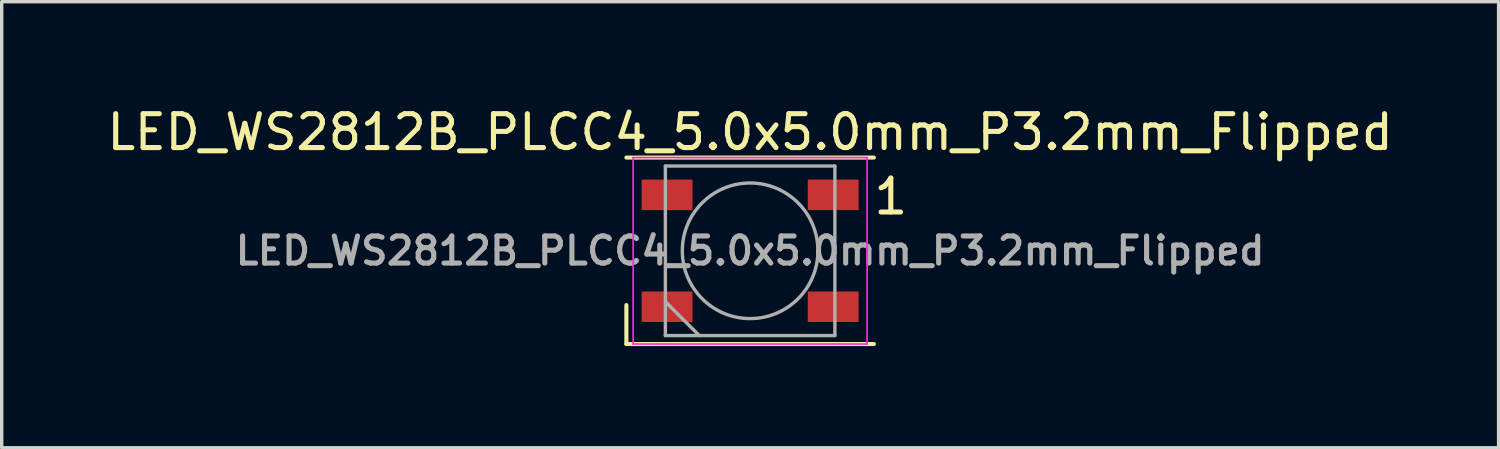
<source format=kicad_pcb>
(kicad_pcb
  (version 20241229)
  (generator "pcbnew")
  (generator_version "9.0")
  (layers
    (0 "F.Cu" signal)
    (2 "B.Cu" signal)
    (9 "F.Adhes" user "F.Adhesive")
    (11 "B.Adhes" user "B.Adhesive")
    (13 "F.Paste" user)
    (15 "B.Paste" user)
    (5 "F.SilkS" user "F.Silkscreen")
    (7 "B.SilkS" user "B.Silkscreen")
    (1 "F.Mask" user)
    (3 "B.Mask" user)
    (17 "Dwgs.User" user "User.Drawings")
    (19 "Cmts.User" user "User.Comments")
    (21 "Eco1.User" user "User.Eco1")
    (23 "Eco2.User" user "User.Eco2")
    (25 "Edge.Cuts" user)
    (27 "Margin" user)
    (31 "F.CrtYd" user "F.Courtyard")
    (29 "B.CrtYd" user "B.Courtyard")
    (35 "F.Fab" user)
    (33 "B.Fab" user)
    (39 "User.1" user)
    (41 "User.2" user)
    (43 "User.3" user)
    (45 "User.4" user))
  (footprint "LED_WS2812B_PLCC4_5.0x5.0mm_P3.2mm_Flipped"
    (layer "F.Cu")
    (at 19.077 4.348)
    (property "Reference" "LED_WS2812B_PLCC4_5.0x5.0mm_P3.2mm_Flipped" (at 0 -3.5 0) (layer "F.SilkS") (effects (font (size 1 1) (thickness 0.15))))
    (attr smd)
    (fp_circle (center 0 0) (end 2 0) (stroke (width 0.1) (type solid)) (fill yes) (layer "F.Mask"))
    (fp_line (start -3.65 2.75) (end -3.65 1.6) (stroke (width 0.12) (type solid)) (layer "F.SilkS"))
    (fp_line (start 3.65 -2.75) (end -3.65 -2.75) (stroke (width 0.12) (type solid)) (layer "F.SilkS"))
    (fp_line (start 3.65 2.75) (end -3.65 2.75) (stroke (width 0.12) (type solid)) (layer "F.SilkS"))
    (fp_line (start -3.45 -2.75) (end 3.45 -2.75) (stroke (width 0.05) (type solid)) (layer "F.CrtYd"))
    (fp_line (start -3.45 2.75) (end -3.45 -2.75) (stroke (width 0.05) (type solid)) (layer "F.CrtYd"))
    (fp_line (start 3.45 -2.75) (end 3.45 2.75) (stroke (width 0.05) (type solid)) (layer "F.CrtYd"))
    (fp_line (start 3.45 2.75) (end -3.45 2.75) (stroke (width 0.05) (type solid)) (layer "F.CrtYd"))
    (fp_line (start -2.5 -2.5) (end 2.5 -2.5) (stroke (width 0.1) (type solid)) (layer "F.Fab"))
    (fp_line (start -2.5 1.5) (end -1.5 2.5) (stroke (width 0.1) (type solid)) (layer "F.Fab"))
    (fp_line (start -2.5 2.5) (end -2.5 -2.5) (stroke (width 0.1) (type solid)) (layer "F.Fab"))
    (fp_line (start 2.5 -2.5) (end 2.5 2.5) (stroke (width 0.1) (type solid)) (layer "F.Fab"))
    (fp_line (start 2.5 2.5) (end -2.5 2.5) (stroke (width 0.1) (type solid)) (layer "F.Fab"))
    (fp_circle (center 0 0) (end 0 -2) (stroke (width 0.1) (type solid)) (fill no) (layer "F.Fab"))
    (fp_text user "1" (at 4.15 -1.6 0) (layer "F.SilkS") (effects (font (size 1 1) (thickness 0.15))))
    (fp_text user "${REFERENCE}" (at 0 0 0) (layer "F.Fab") (effects (font (size 0.8 0.8) (thickness 0.15))))
    (pad "1" smd rect (at 2.45 -1.65) (size 1.5 0.9) (layers "F.Cu" "F.Mask" "F.Paste"))
    (pad "2" smd rect (at 2.45 1.65) (size 1.5 0.9) (layers "F.Cu" "F.Mask" "F.Paste"))
    (pad "3" smd rect (at -2.45 1.65) (size 1.5 0.9) (layers "F.Cu" "F.Mask" "F.Paste"))
    (pad "4" smd rect (at -2.45 -1.65) (size 1.5 0.9) (layers "F.Cu" "F.Mask" "F.Paste"))
    (zone (net_name "") (layer "F.Cu") (hatch edge 0.5) (connect_pads) (min_thickness 0.25) (filled_areas_thickness no) (keepout (tracks not_allowed) (vias not_allowed) (pads not_allowed) (copperpour not_allowed) (footprints allowed)) (placement (enabled no)) (fill) (polygon (pts (xy 18.477 2.348) (xy 19.677 2.348) (xy 20.477 2.948) (xy 21.077 3.748) (xy 21.077 4.948) (xy 20.477 5.748) (xy 19.677 6.348) (xy 18.477 6.348) (xy 17.677 5.748) (xy 17.077 4.948) (xy 17.077 3.748) (xy 17.677 2.948)))))
  (gr_rect
    (start -3 -3)
    (end 41.155 10.158)
    (stroke (width 0.1) (type default))
    (fill no)
    (layer "Edge.Cuts")))
</source>
